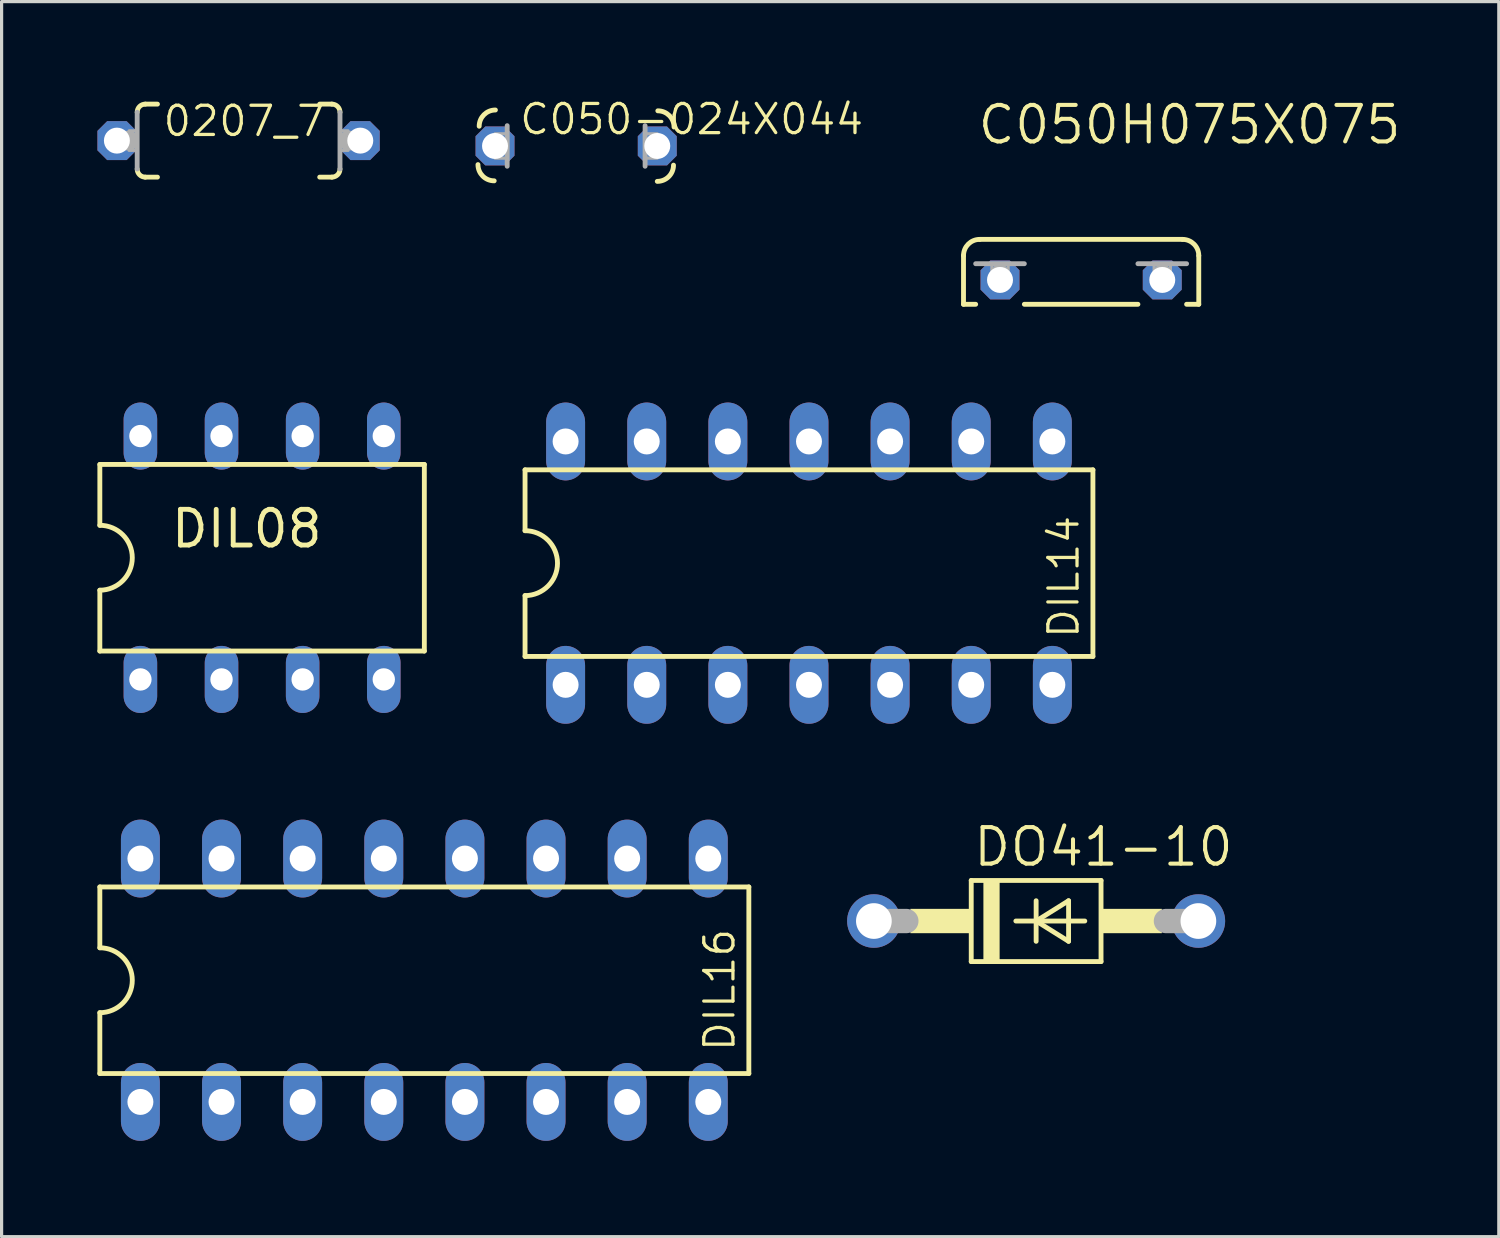
<source format=kicad_pcb>
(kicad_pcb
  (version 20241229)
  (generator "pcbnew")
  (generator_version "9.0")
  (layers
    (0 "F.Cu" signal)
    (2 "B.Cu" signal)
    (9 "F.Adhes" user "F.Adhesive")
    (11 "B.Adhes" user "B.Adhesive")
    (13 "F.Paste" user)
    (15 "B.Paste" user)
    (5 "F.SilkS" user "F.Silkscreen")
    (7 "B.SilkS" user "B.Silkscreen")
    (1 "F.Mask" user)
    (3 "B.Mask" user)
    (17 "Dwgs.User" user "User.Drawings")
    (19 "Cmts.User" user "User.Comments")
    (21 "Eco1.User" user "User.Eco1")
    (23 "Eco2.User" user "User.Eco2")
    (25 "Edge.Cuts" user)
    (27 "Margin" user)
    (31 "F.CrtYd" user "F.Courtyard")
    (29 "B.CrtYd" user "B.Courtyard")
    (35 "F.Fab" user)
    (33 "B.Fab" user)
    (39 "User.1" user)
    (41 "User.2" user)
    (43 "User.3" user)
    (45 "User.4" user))
  (footprint "0207_7"
    (layer "F.Cu")
    (at 4.42 1.353)
    (property "Reference" "0207_7" (at -2.421 -1.146 0) (layer "F.SilkS") (effects (font (size 0.914 0.914) (thickness 0.102)) (justify left top)))
    (fp_line (start -2.921 -1.143) (end -2.54 -1.143) (stroke (width 0.152) (type solid)) (layer "F.SilkS"))
    (fp_line (start -2.921 1.143) (end -2.54 1.143) (stroke (width 0.152) (type solid)) (layer "F.SilkS"))
    (fp_line (start 2.921 -1.143) (end 2.54 -1.143) (stroke (width 0.152) (type solid)) (layer "F.SilkS"))
    (fp_line (start 2.921 1.143) (end 2.54 1.143) (stroke (width 0.152) (type solid)) (layer "F.SilkS"))
    (fp_arc (start -3.175 -0.889) (mid -3.100605 -1.068605) (end -2.921 -1.143) (stroke (width 0.1524) (type solid)) (layer "F.SilkS"))
    (fp_arc (start -2.921 1.143) (mid -3.100605 1.068605) (end -3.175 0.889) (stroke (width 0.1524) (type solid)) (layer "F.SilkS"))
    (fp_arc (start 2.921 -1.143) (mid 3.100605 -1.068605) (end 3.175 -0.889) (stroke (width 0.1524) (type solid)) (layer "F.SilkS"))
    (fp_arc (start 3.175 0.889) (mid 3.100605 1.068605) (end 2.921 1.143) (stroke (width 0.1524) (type solid)) (layer "F.SilkS"))
    (fp_line (start -3.81 0) (end -3.429 0) (stroke (width 0.61) (type solid)) (layer "F.Fab"))
    (fp_line (start -3.175 0.889) (end -3.175 -0.889) (stroke (width 0.152) (type solid)) (layer "F.Fab"))
    (fp_line (start 3.175 0.889) (end 3.175 -0.889) (stroke (width 0.152) (type solid)) (layer "F.Fab"))
    (fp_line (start 3.429 0) (end 3.81 0) (stroke (width 0.61) (type solid)) (layer "F.Fab"))
    (fp_poly (pts (xy -3.429 0.305) (xy -3.175 0.305) (xy -3.175 -0.305) (xy -3.429 -0.305)) (stroke (width 0.1) (type solid)) (fill no) (layer "F.Fab"))
    (fp_poly (pts (xy 3.175 0.305) (xy 3.429 0.305) (xy 3.429 -0.305) (xy 3.175 -0.305)) (stroke (width 0.1) (type solid)) (fill no) (layer "F.Fab"))
    (pad "1" thru_hole roundrect (at -3.81 0) (size 1.219 1.219) (drill 0.813) (layers "*.Cu" "*.Mask") (roundrect_rratio 0.25) (chamfer_ratio 0.25) (chamfer top_left top_right bottom_left bottom_right))
    (pad "2" thru_hole roundrect (at 3.81 0) (size 1.219 1.219) (drill 0.813) (layers "*.Cu" "*.Mask") (roundrect_rratio 0.25) (chamfer_ratio 0.25) (chamfer top_left top_right bottom_left bottom_right)))
  (footprint "DIL16"
    (layer "F.Cu")
    (at 10.236 27.641)
    (property "Reference" "DIL16" (at 9.779 2.286 90) (layer "F.SilkS") (effects (font (size 0.914 0.914) (thickness 0.102)) (justify left bottom)))
    (fp_line (start -10.16 -2.921) (end -10.16 -1.016) (stroke (width 0.152) (type solid)) (layer "F.SilkS"))
    (fp_line (start -10.16 2.921) (end -10.16 1.016) (stroke (width 0.152) (type solid)) (layer "F.SilkS"))
    (fp_line (start -10.16 2.921) (end 10.16 2.921) (stroke (width 0.152) (type solid)) (layer "F.SilkS"))
    (fp_line (start 10.16 -2.921) (end -10.16 -2.921) (stroke (width 0.152) (type solid)) (layer "F.SilkS"))
    (fp_line (start 10.16 -2.921) (end 10.16 2.921) (stroke (width 0.152) (type solid)) (layer "F.SilkS"))
    (fp_arc (start -10.16 -1.016) (mid -9.144 0) (end -10.16 1.016) (stroke (width 0.1524) (type solid)) (layer "F.SilkS"))
    (pad "1" thru_hole oval (at -8.89 3.81 90) (size 2.438 1.219) (drill 0.813) (layers "*.Cu" "*.Mask"))
    (pad "2" thru_hole oval (at -6.35 3.81 90) (size 2.438 1.219) (drill 0.813) (layers "*.Cu" "*.Mask"))
    (pad "3" thru_hole oval (at -3.81 3.81 90) (size 2.438 1.219) (drill 0.813) (layers "*.Cu" "*.Mask"))
    (pad "4" thru_hole oval (at -1.27 3.81 90) (size 2.438 1.219) (drill 0.813) (layers "*.Cu" "*.Mask"))
    (pad "5" thru_hole oval (at 1.27 3.81 90) (size 2.438 1.219) (drill 0.813) (layers "*.Cu" "*.Mask"))
    (pad "6" thru_hole oval (at 3.81 3.81 90) (size 2.438 1.219) (drill 0.813) (layers "*.Cu" "*.Mask"))
    (pad "7" thru_hole oval (at 6.35 3.81 90) (size 2.438 1.219) (drill 0.813) (layers "*.Cu" "*.Mask"))
    (pad "8" thru_hole oval (at 8.89 3.81 90) (size 2.438 1.219) (drill 0.813) (layers "*.Cu" "*.Mask"))
    (pad "9" thru_hole oval (at 8.89 -3.81 90) (size 2.438 1.219) (drill 0.813) (layers "*.Cu" "*.Mask"))
    (pad "10" thru_hole oval (at 6.35 -3.81 90) (size 2.438 1.219) (drill 0.813) (layers "*.Cu" "*.Mask"))
    (pad "11" thru_hole oval (at 3.81 -3.81 90) (size 2.438 1.219) (drill 0.813) (layers "*.Cu" "*.Mask"))
    (pad "12" thru_hole oval (at 1.27 -3.81 90) (size 2.438 1.219) (drill 0.813) (layers "*.Cu" "*.Mask"))
    (pad "13" thru_hole oval (at -1.27 -3.81 90) (size 2.438 1.219) (drill 0.813) (layers "*.Cu" "*.Mask"))
    (pad "14" thru_hole oval (at -3.81 -3.81 90) (size 2.438 1.219) (drill 0.813) (layers "*.Cu" "*.Mask"))
    (pad "15" thru_hole oval (at -6.35 -3.81 90) (size 2.438 1.219) (drill 0.813) (layers "*.Cu" "*.Mask"))
    (pad "16" thru_hole oval (at -8.89 -3.81 90) (size 2.438 1.219) (drill 0.813) (layers "*.Cu" "*.Mask")))
  (footprint "C050H075X075"
    (layer "F.Cu")
    (at 30.8 5.715)
    (property "Reference" "C050H075X075" (at -3.302 -4.191 0) (layer "F.SilkS") (effects (font (size 1.143 1.143) (thickness 0.127)) (justify left bottom)))
    (fp_line (start -3.683 -0.762) (end -3.683 0.762) (stroke (width 0.152) (type solid)) (layer "F.SilkS"))
    (fp_line (start -3.683 0.762) (end -3.302 0.762) (stroke (width 0.152) (type solid)) (layer "F.SilkS"))
    (fp_line (start -1.778 0.762) (end 1.778 0.762) (stroke (width 0.152) (type solid)) (layer "F.SilkS"))
    (fp_line (start 3.175 -1.27) (end -3.175 -1.27) (stroke (width 0.152) (type solid)) (layer "F.SilkS"))
    (fp_line (start 3.302 0.762) (end 3.683 0.762) (stroke (width 0.152) (type solid)) (layer "F.SilkS"))
    (fp_line (start 3.683 0.762) (end 3.683 -0.762) (stroke (width 0.152) (type solid)) (layer "F.SilkS"))
    (fp_arc (start -3.683 -0.762) (mid -3.53421 -1.12121) (end -3.175 -1.27) (stroke (width 0.1524) (type solid)) (layer "F.SilkS"))
    (fp_arc (start 3.175 -1.27) (mid 3.53421 -1.12121) (end 3.683 -0.762) (stroke (width 0.1524) (type solid)) (layer "F.SilkS"))
    (fp_line (start -3.302 -0.508) (end -1.778 -0.508) (stroke (width 0.152) (type solid)) (layer "F.Fab"))
    (fp_line (start -2.54 0) (end -2.54 -0.254) (stroke (width 0.508) (type solid)) (layer "F.Fab"))
    (fp_line (start 1.778 -0.508) (end 3.302 -0.508) (stroke (width 0.152) (type solid)) (layer "F.Fab"))
    (fp_line (start 2.54 0) (end 2.54 -0.254) (stroke (width 0.508) (type solid)) (layer "F.Fab"))
    (fp_poly (pts (xy -2.794 -0.127) (xy -2.286 -0.127) (xy -2.286 -0.508) (xy -2.794 -0.508)) (stroke (width 0.1) (type solid)) (fill no) (layer "F.Fab"))
    (fp_poly (pts (xy 2.286 -0.127) (xy 2.794 -0.127) (xy 2.794 -0.508) (xy 2.286 -0.508)) (stroke (width 0.1) (type solid)) (fill no) (layer "F.Fab"))
    (pad "1" thru_hole roundrect (at -2.54 0) (size 1.219 1.219) (drill 0.813) (layers "*.Cu" "*.Mask") (roundrect_rratio 0.25) (chamfer_ratio 0.25) (chamfer top_left top_right bottom_left bottom_right))
    (pad "2" thru_hole roundrect (at 2.54 0) (size 1.219 1.219) (drill 0.813) (layers "*.Cu" "*.Mask") (roundrect_rratio 0.25) (chamfer_ratio 0.25) (chamfer top_left top_right bottom_left bottom_right)))
  (footprint "C050-024X044"
    (layer "F.Cu")
    (at 14.989 1.52)
    (property "Reference" "C050-024X044" (at -1.826 -0.301 0) (layer "F.SilkS") (effects (font (size 0.914 0.914) (thickness 0.102)) (justify left bottom)))
    (fp_arc (start -3.035656 -0.617875) (mid -2.886866 -0.977085) (end -2.527656 -1.125875) (stroke (width 0.1524) (type solid)) (layer "F.SilkS"))
    (fp_arc (start -2.565943 1.091625) (mid -2.925153 0.942835) (end -3.073943 0.583625) (stroke (width 0.1524) (type solid)) (layer "F.SilkS"))
    (fp_arc (start 2.557393 -1.10019) (mid 2.916603 -0.9514) (end 3.065393 -0.59219) (stroke (width 0.1524) (type solid)) (layer "F.SilkS"))
    (fp_arc (start 3.048293 0.600753) (mid 2.899503 0.959963) (end 2.540293 1.108753) (stroke (width 0.1524) (type solid)) (layer "F.SilkS"))
    (fp_line (start -2.159 0.635) (end -2.159 -0.635) (stroke (width 0.152) (type solid)) (layer "F.Fab"))
    (fp_line (start 2.159 0.635) (end 2.159 -0.635) (stroke (width 0.152) (type solid)) (layer "F.Fab"))
    (fp_poly (pts (xy -2.54 0.381) (xy -2.159 0.381) (xy -2.159 -0.381) (xy -2.54 -0.381)) (stroke (width 0.1) (type solid)) (fill no) (layer "F.Fab"))
    (fp_poly (pts (xy 2.159 0.381) (xy 2.54 0.381) (xy 2.54 -0.381) (xy 2.159 -0.381)) (stroke (width 0.1) (type solid)) (fill no) (layer "F.Fab"))
    (pad "1" thru_hole roundrect (at -2.54 0) (size 1.219 1.219) (drill 0.813) (layers "*.Cu" "*.Mask") (roundrect_rratio 0.25) (chamfer_ratio 0.25) (chamfer top_left top_right bottom_left bottom_right))
    (pad "2" thru_hole roundrect (at 2.54 0) (size 1.219 1.219) (drill 0.813) (layers "*.Cu" "*.Mask") (roundrect_rratio 0.25) (chamfer_ratio 0.25) (chamfer top_left top_right bottom_left bottom_right)))
  (footprint "DIL14"
    (layer "F.Cu")
    (at 22.279 14.582)
    (property "Reference" "DIL14" (at 8.509 2.413 90) (layer "F.SilkS") (effects (font (size 0.914 0.914) (thickness 0.102)) (justify left bottom)))
    (fp_line (start -8.89 -2.921) (end -8.89 -1.016) (stroke (width 0.152) (type solid)) (layer "F.SilkS"))
    (fp_line (start -8.89 2.921) (end -8.89 1.016) (stroke (width 0.152) (type solid)) (layer "F.SilkS"))
    (fp_line (start -8.89 2.921) (end 8.89 2.921) (stroke (width 0.152) (type solid)) (layer "F.SilkS"))
    (fp_line (start 8.89 -2.921) (end -8.89 -2.921) (stroke (width 0.152) (type solid)) (layer "F.SilkS"))
    (fp_line (start 8.89 -2.921) (end 8.89 2.921) (stroke (width 0.152) (type solid)) (layer "F.SilkS"))
    (fp_arc (start -8.89 -1.016) (mid -7.874 0) (end -8.89 1.016) (stroke (width 0.1524) (type solid)) (layer "F.SilkS"))
    (pad "1" thru_hole oval (at -7.62 3.81 90) (size 2.438 1.219) (drill 0.813) (layers "*.Cu" "*.Mask"))
    (pad "2" thru_hole oval (at -5.08 3.81 90) (size 2.438 1.219) (drill 0.813) (layers "*.Cu" "*.Mask"))
    (pad "3" thru_hole oval (at -2.54 3.81 90) (size 2.438 1.219) (drill 0.813) (layers "*.Cu" "*.Mask"))
    (pad "4" thru_hole oval (at 0 3.81 90) (size 2.438 1.219) (drill 0.813) (layers "*.Cu" "*.Mask"))
    (pad "5" thru_hole oval (at 2.54 3.81 90) (size 2.438 1.219) (drill 0.813) (layers "*.Cu" "*.Mask"))
    (pad "6" thru_hole oval (at 5.08 3.81 90) (size 2.438 1.219) (drill 0.813) (layers "*.Cu" "*.Mask"))
    (pad "7" thru_hole oval (at 7.62 3.81 90) (size 2.438 1.219) (drill 0.813) (layers "*.Cu" "*.Mask"))
    (pad "8" thru_hole oval (at 7.62 -3.81 90) (size 2.438 1.219) (drill 0.813) (layers "*.Cu" "*.Mask"))
    (pad "9" thru_hole oval (at 5.08 -3.81 90) (size 2.438 1.219) (drill 0.813) (layers "*.Cu" "*.Mask"))
    (pad "10" thru_hole oval (at 2.54 -3.81 90) (size 2.438 1.219) (drill 0.813) (layers "*.Cu" "*.Mask"))
    (pad "11" thru_hole oval (at 0 -3.81 90) (size 2.438 1.219) (drill 0.813) (layers "*.Cu" "*.Mask"))
    (pad "12" thru_hole oval (at -2.54 -3.81 90) (size 2.438 1.219) (drill 0.813) (layers "*.Cu" "*.Mask"))
    (pad "13" thru_hole oval (at -5.08 -3.81 90) (size 2.438 1.219) (drill 0.813) (layers "*.Cu" "*.Mask"))
    (pad "14" thru_hole oval (at -7.62 -3.81 90) (size 2.438 1.219) (drill 0.813) (layers "*.Cu" "*.Mask")))
  (footprint "DIL08"
    (layer "F.Cu")
    (at 5.156 14.413)
    (property "Reference" "DIL08" (at -2.921 -0.254 0) (layer "F.SilkS") (effects (font (size 1.118 1.118) (thickness 0.152)) (justify left bottom)))
    (fp_line (start -5.08 -2.921) (end -5.08 -1.016) (stroke (width 0.152) (type solid)) (layer "F.SilkS"))
    (fp_line (start -5.08 2.921) (end -5.08 1.016) (stroke (width 0.152) (type solid)) (layer "F.SilkS"))
    (fp_line (start -5.08 2.921) (end 5.08 2.921) (stroke (width 0.152) (type solid)) (layer "F.SilkS"))
    (fp_line (start 5.08 -2.921) (end -5.08 -2.921) (stroke (width 0.152) (type solid)) (layer "F.SilkS"))
    (fp_line (start 5.08 -2.921) (end 5.08 2.921) (stroke (width 0.152) (type solid)) (layer "F.SilkS"))
    (fp_arc (start -5.08 -1.016) (mid -4.064 0) (end -5.08 1.016) (stroke (width 0.1524) (type solid)) (layer "F.SilkS"))
    (pad "1" thru_hole oval (at -3.81 3.81 90) (size 2.1 1.05) (drill 0.7) (layers "*.Cu" "*.Mask"))
    (pad "2" thru_hole oval (at -1.27 3.81 90) (size 2.1 1.05) (drill 0.7) (layers "*.Cu" "*.Mask"))
    (pad "3" thru_hole oval (at 1.27 3.81 90) (size 2.1 1.05) (drill 0.7) (layers "*.Cu" "*.Mask"))
    (pad "4" thru_hole oval (at 3.81 3.81 90) (size 2.1 1.05) (drill 0.7) (layers "*.Cu" "*.Mask"))
    (pad "5" thru_hole oval (at 3.81 -3.81 90) (size 2.1 1.05) (drill 0.7) (layers "*.Cu" "*.Mask"))
    (pad "6" thru_hole oval (at 1.27 -3.81 90) (size 2.1 1.05) (drill 0.7) (layers "*.Cu" "*.Mask"))
    (pad "7" thru_hole oval (at -1.27 -3.81 90) (size 2.1 1.05) (drill 0.7) (layers "*.Cu" "*.Mask"))
    (pad "8" thru_hole oval (at -3.81 -3.81 90) (size 2.1 1.05) (drill 0.7) (layers "*.Cu" "*.Mask")))
  (footprint "DO41-10"
    (layer "F.Cu")
    (at 29.391 25.787)
    (property "Reference" "DO41-10" (at -2.032 -1.651 0) (layer "F.SilkS") (effects (font (size 1.143 1.143) (thickness 0.127)) (justify left bottom)))
    (fp_line (start -2.032 -1.27) (end -2.032 1.27) (stroke (width 0.152) (type solid)) (layer "F.SilkS"))
    (fp_line (start -2.032 -1.27) (end 2.032 -1.27) (stroke (width 0.152) (type solid)) (layer "F.SilkS"))
    (fp_line (start -0.635 0) (end 0 0) (stroke (width 0.152) (type solid)) (layer "F.SilkS"))
    (fp_line (start 0 -0.635) (end 0 0) (stroke (width 0.152) (type solid)) (layer "F.SilkS"))
    (fp_line (start 0 0) (end 0 0.635) (stroke (width 0.152) (type solid)) (layer "F.SilkS"))
    (fp_line (start 0 0) (end 1.016 -0.635) (stroke (width 0.152) (type solid)) (layer "F.SilkS"))
    (fp_line (start 0 0) (end 1.524 0) (stroke (width 0.152) (type solid)) (layer "F.SilkS"))
    (fp_line (start 1.016 -0.635) (end 1.016 0.635) (stroke (width 0.152) (type solid)) (layer "F.SilkS"))
    (fp_line (start 1.016 0.635) (end 0 0) (stroke (width 0.152) (type solid)) (layer "F.SilkS"))
    (fp_line (start 2.032 1.27) (end -2.032 1.27) (stroke (width 0.152) (type solid)) (layer "F.SilkS"))
    (fp_line (start 2.032 1.27) (end 2.032 -1.27) (stroke (width 0.152) (type solid)) (layer "F.SilkS"))
    (fp_poly (pts (xy -3.937 0.381) (xy -2.032 0.381) (xy -2.032 -0.381) (xy -3.937 -0.381)) (stroke (width 0) (type solid)) (fill yes) (layer "F.SilkS"))
    (fp_poly (pts (xy -1.651 1.27) (xy -1.143 1.27) (xy -1.143 -1.27) (xy -1.651 -1.27)) (stroke (width 0) (type solid)) (fill yes) (layer "F.SilkS"))
    (fp_poly (pts (xy 2.032 0.381) (xy 3.937 0.381) (xy 3.937 -0.381) (xy 2.032 -0.381)) (stroke (width 0) (type solid)) (fill yes) (layer "F.SilkS"))
    (fp_line (start -5.08 0) (end -4.064 0) (stroke (width 0.762) (type solid)) (layer "F.Fab"))
    (fp_line (start 5.08 0) (end 4.064 0) (stroke (width 0.762) (type solid)) (layer "F.Fab"))
    (pad "A" thru_hole circle (at 5.08 0) (size 1.676 1.676) (drill 1.118) (layers "*.Cu" "*.Mask"))
    (pad "C" thru_hole circle (at -5.08 0) (size 1.676 1.676) (drill 1.118) (layers "*.Cu" "*.Mask")))
  (gr_rect
    (start -3 -3)
    (end 43.877 35.67)
    (stroke (width 0.1) (type default))
    (fill no)
    (layer "Edge.Cuts")))
</source>
